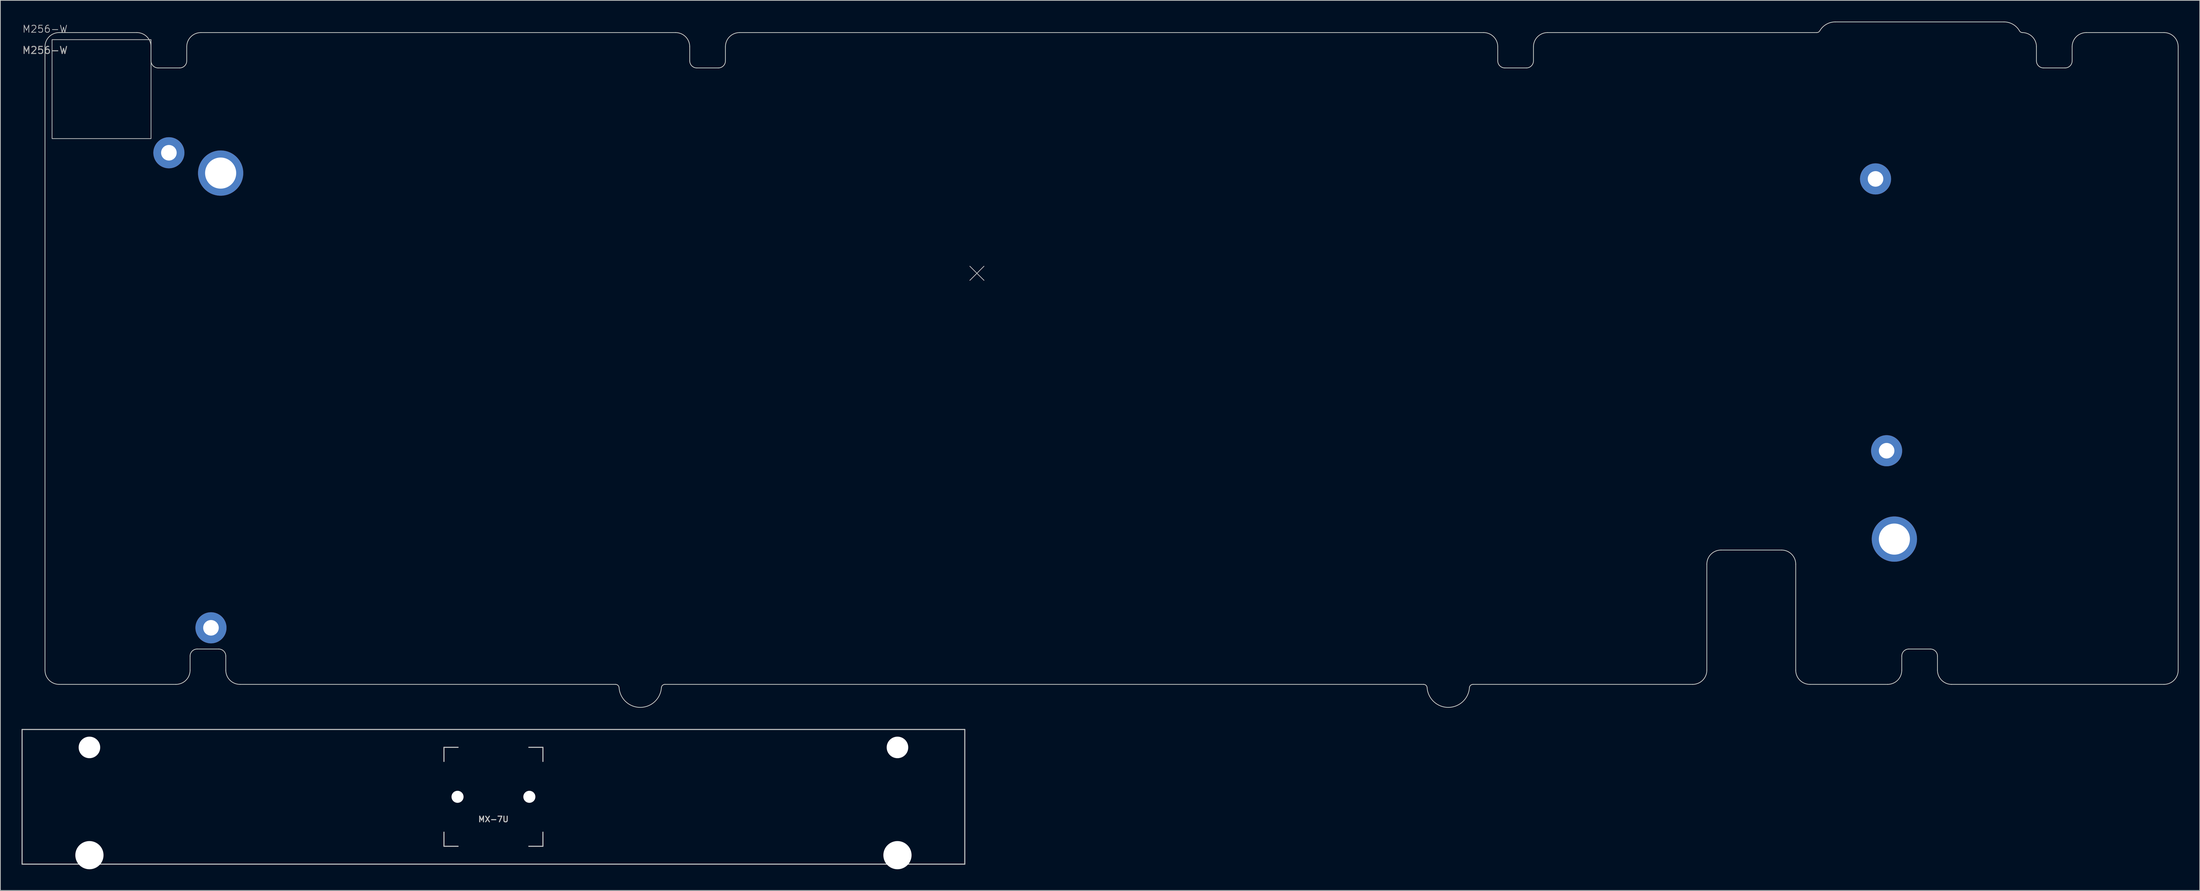
<source format=kicad_pcb>
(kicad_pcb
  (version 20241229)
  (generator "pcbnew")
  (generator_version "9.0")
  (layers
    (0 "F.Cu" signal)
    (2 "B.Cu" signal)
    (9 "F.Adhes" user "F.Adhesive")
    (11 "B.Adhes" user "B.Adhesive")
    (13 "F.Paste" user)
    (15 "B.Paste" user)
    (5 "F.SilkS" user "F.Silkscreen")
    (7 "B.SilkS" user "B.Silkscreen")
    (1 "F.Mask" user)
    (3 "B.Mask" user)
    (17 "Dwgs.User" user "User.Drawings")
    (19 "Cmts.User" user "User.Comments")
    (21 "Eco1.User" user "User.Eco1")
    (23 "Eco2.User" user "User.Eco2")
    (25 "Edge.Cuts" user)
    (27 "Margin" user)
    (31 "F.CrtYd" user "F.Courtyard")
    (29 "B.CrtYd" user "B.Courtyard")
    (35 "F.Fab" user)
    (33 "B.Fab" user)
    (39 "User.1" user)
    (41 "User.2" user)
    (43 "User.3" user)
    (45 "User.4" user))
  (footprint "M256-W"
    (layer "F.Cu")
    (at 3.315 1.559)
    (property "Reference" "M256-W" (at 0 -0.5 0) (unlocked yes) (layer "Dwgs.User") (effects (font (size 1 1) (thickness 0.1))))
    (attr smd)
    (fp_line (start 130.825 33.05) (end 132.825 35.05) (stroke (width 0.1) (type default)) (layer "Dwgs.User"))
    (fp_line (start 130.825 35.05) (end 132.825 33.05) (stroke (width 0.1) (type default)) (layer "Dwgs.User"))
    (fp_rect (start 1 1) (end 15 15) (stroke (width 0.1) (type default)) (fill no) (layer "Dwgs.User"))
    (fp_line (start 0 90.2) (end 0 2) (stroke (width 0.1) (type solid)) (layer "Edge.Cuts"))
    (fp_line (start 2 0) (end 13 0) (stroke (width 0.1) (type solid)) (layer "Edge.Cuts"))
    (fp_line (start 2 92.2) (end 18.525 92.2) (stroke (width 0.1) (type default)) (layer "Edge.Cuts"))
    (fp_line (start 15 2) (end 15 4) (stroke (width 0.1) (type solid)) (layer "Edge.Cuts"))
    (fp_line (start 19.05 5) (end 16 5) (stroke (width 0.1) (type default)) (layer "Edge.Cuts"))
    (fp_line (start 20.05 2) (end 20.05 4) (stroke (width 0.1) (type solid)) (layer "Edge.Cuts"))
    (fp_line (start 20.525 90.2) (end 20.525 88.2) (stroke (width 0.1) (type solid)) (layer "Edge.Cuts"))
    (fp_line (start 22.05 0) (end 89.2 0) (stroke (width 0.1) (type default)) (layer "Edge.Cuts"))
    (fp_line (start 24.575 87.2) (end 21.525 87.2) (stroke (width 0.1) (type default)) (layer "Edge.Cuts"))
    (fp_line (start 25.575 90.2) (end 25.575 88.2) (stroke (width 0.1) (type solid)) (layer "Edge.Cuts"))
    (fp_line (start 80.709 92.2) (end 27.575 92.2) (stroke (width 0.1) (type solid)) (layer "Edge.Cuts"))
    (fp_line (start 91.2 2) (end 91.2 4) (stroke (width 0.1) (type solid)) (layer "Edge.Cuts"))
    (fp_line (start 95.25 5) (end 92.2 5) (stroke (width 0.1) (type default)) (layer "Edge.Cuts"))
    (fp_line (start 96.25 2) (end 96.25 4) (stroke (width 0.1) (type solid)) (layer "Edge.Cuts"))
    (fp_line (start 98.25 0) (end 203.5 0) (stroke (width 0.1) (type default)) (layer "Edge.Cuts"))
    (fp_line (start 195.009 92.2) (end 87.691 92.2) (stroke (width 0.1) (type solid)) (layer "Edge.Cuts"))
    (fp_line (start 205.5 2) (end 205.5 4) (stroke (width 0.1) (type solid)) (layer "Edge.Cuts"))
    (fp_line (start 209.55 5) (end 206.5 5) (stroke (width 0.1) (type default)) (layer "Edge.Cuts"))
    (fp_line (start 210.55 2) (end 210.55 4) (stroke (width 0.1) (type solid)) (layer "Edge.Cuts"))
    (fp_line (start 233.075 92.2) (end 201.992 92.2) (stroke (width 0.1) (type solid)) (layer "Edge.Cuts"))
    (fp_line (start 235.075 90.2) (end 235.075 75.2) (stroke (width 0.1) (type solid)) (layer "Edge.Cuts"))
    (fp_line (start 237.075 73.2) (end 245.65 73.2) (stroke (width 0.1) (type solid)) (layer "Edge.Cuts"))
    (fp_line (start 247.65 75.2) (end 247.65 90.2) (stroke (width 0.1) (type solid)) (layer "Edge.Cuts"))
    (fp_line (start 250.62 0) (end 212.55 0) (stroke (width 0.1) (type solid)) (layer "Edge.Cuts"))
    (fp_line (start 260.65 92.2) (end 249.65 92.2) (stroke (width 0.1) (type default)) (layer "Edge.Cuts"))
    (fp_line (start 262.65 90.2) (end 262.65 88.2) (stroke (width 0.1) (type solid)) (layer "Edge.Cuts"))
    (fp_line (start 266.7 87.2) (end 263.65 87.2) (stroke (width 0.1) (type default)) (layer "Edge.Cuts"))
    (fp_line (start 267.7 90.2) (end 267.7 88.2) (stroke (width 0.1) (type solid)) (layer "Edge.Cuts"))
    (fp_line (start 277.113 -1.509) (end 253.237 -1.509) (stroke (width 0.1) (type default)) (layer "Edge.Cuts"))
    (fp_line (start 281.7 2) (end 281.7 4) (stroke (width 0.1) (type solid)) (layer "Edge.Cuts"))
    (fp_line (start 285.75 5) (end 282.7 5) (stroke (width 0.1) (type default)) (layer "Edge.Cuts"))
    (fp_line (start 286.75 2) (end 286.75 4) (stroke (width 0.1) (type solid)) (layer "Edge.Cuts"))
    (fp_line (start 288.75 0) (end 299.75 0) (stroke (width 0.1) (type default)) (layer "Edge.Cuts"))
    (fp_line (start 299.75 92.2) (end 269.7 92.2) (stroke (width 0.1) (type default)) (layer "Edge.Cuts"))
    (fp_line (start 301.75 90.2) (end 301.75 2) (stroke (width 0.1) (type solid)) (layer "Edge.Cuts"))
    (fp_arc (start 0 2) (mid 0.585786 0.585786) (end 2 0) (stroke (width 0.1) (type solid)) (layer "Edge.Cuts"))
    (fp_arc (start 2 92.2) (mid 0.585786 91.614214) (end 0 90.2) (stroke (width 0.1) (type solid)) (layer "Edge.Cuts"))
    (fp_arc (start 13 0) (mid 14.414214 0.585786) (end 15 2) (stroke (width 0.1) (type default)) (layer "Edge.Cuts"))
    (fp_arc (start 16 5) (mid 15.292893 4.707107) (end 15 4) (stroke (width 0.1) (type default)) (layer "Edge.Cuts"))
    (fp_arc (start 20.05 2) (mid 20.635786 0.585786) (end 22.05 0) (stroke (width 0.1) (type default)) (layer "Edge.Cuts"))
    (fp_arc (start 20.05 4) (mid 19.757107 4.707107) (end 19.05 5) (stroke (width 0.1) (type default)) (layer "Edge.Cuts"))
    (fp_arc (start 20.525 88.2) (mid 20.817893 87.492893) (end 21.525 87.2) (stroke (width 0.1) (type solid)) (layer "Edge.Cuts"))
    (fp_arc (start 20.525 90.2) (mid 19.939214 91.614214) (end 18.525 92.2) (stroke (width 0.1) (type solid)) (layer "Edge.Cuts"))
    (fp_arc (start 24.575 87.2) (mid 25.282107 87.492893) (end 25.575 88.2) (stroke (width 0.1) (type default)) (layer "Edge.Cuts"))
    (fp_arc (start 27.575 92.2) (mid 26.160786 91.614214) (end 25.575 90.2) (stroke (width 0.1) (type default)) (layer "Edge.Cuts"))
    (fp_arc (start 80.708586 92.2) (mid 81.049538 92.334279) (end 81.207359 92.664993) (stroke (width 0.1) (type solid)) (layer "Edge.Cuts"))
    (fp_arc (start 87.192628 92.664992) (mid 84.199901 95.454986) (end 81.207359 92.664795) (stroke (width 0.1) (type solid)) (layer "Edge.Cuts"))
    (fp_arc (start 87.192642 92.664993) (mid 87.350463 92.334279) (end 87.691415 92.2) (stroke (width 0.1) (type solid)) (layer "Edge.Cuts"))
    (fp_arc (start 89.2 0) (mid 90.614214 0.585786) (end 91.2 2) (stroke (width 0.1) (type solid)) (layer "Edge.Cuts"))
    (fp_arc (start 92.2 5) (mid 91.492893 4.707107) (end 91.2 4) (stroke (width 0.1) (type solid)) (layer "Edge.Cuts"))
    (fp_arc (start 96.25 2) (mid 96.835786 0.585786) (end 98.25 0) (stroke (width 0.1) (type default)) (layer "Edge.Cuts"))
    (fp_arc (start 96.25 4) (mid 95.957107 4.707107) (end 95.25 5) (stroke (width 0.1) (type default)) (layer "Edge.Cuts"))
    (fp_arc (start 195.008685 92.2) (mid 195.349637 92.334293) (end 195.507458 92.665007) (stroke (width 0.1) (type solid)) (layer "Edge.Cuts"))
    (fp_arc (start 201.492727 92.665006) (mid 198.5 95.455) (end 195.507458 92.664809) (stroke (width 0.1) (type solid)) (layer "Edge.Cuts"))
    (fp_arc (start 201.492741 92.665007) (mid 201.650562 92.334293) (end 201.991514 92.2) (stroke (width 0.1) (type solid)) (layer "Edge.Cuts"))
    (fp_arc (start 203.5 0) (mid 204.914214 0.585786) (end 205.5 2) (stroke (width 0.1) (type solid)) (layer "Edge.Cuts"))
    (fp_arc (start 206.5 5) (mid 205.792893 4.707107) (end 205.5 4) (stroke (width 0.1) (type solid)) (layer "Edge.Cuts"))
    (fp_arc (start 210.55 2) (mid 211.135786 0.585786) (end 212.55 0) (stroke (width 0.1) (type default)) (layer "Edge.Cuts"))
    (fp_arc (start 210.55 4) (mid 210.257107 4.707107) (end 209.55 5) (stroke (width 0.1) (type default)) (layer "Edge.Cuts"))
    (fp_arc (start 235.075 75.2) (mid 235.660786 73.785786) (end 237.075 73.2) (stroke (width 0.1) (type solid)) (layer "Edge.Cuts"))
    (fp_arc (start 235.075 90.2) (mid 234.489214 91.614214) (end 233.075 92.2) (stroke (width 0.1) (type solid)) (layer "Edge.Cuts"))
    (fp_arc (start 245.65 73.2) (mid 247.064214 73.785786) (end 247.65 75.2) (stroke (width 0.1) (type solid)) (layer "Edge.Cuts"))
    (fp_arc (start 249.65 92.2) (mid 248.235786 91.614214) (end 247.65 90.2) (stroke (width 0.1) (type solid)) (layer "Edge.Cuts"))
    (fp_arc (start 251.0526 -0.249505) (mid 250.869626 -0.066845) (end 250.619874 0) (stroke (width 0.1) (type solid)) (layer "Edge.Cuts"))
    (fp_arc (start 251.0526 -0.249505) (mid 251.976253 -1.171571) (end 253.237 -1.509) (stroke (width 0.1) (type solid)) (layer "Edge.Cuts"))
    (fp_arc (start 262.65 88.2) (mid 262.942893 87.492893) (end 263.65 87.2) (stroke (width 0.1) (type solid)) (layer "Edge.Cuts"))
    (fp_arc (start 262.65 90.2) (mid 262.064214 91.614214) (end 260.65 92.2) (stroke (width 0.1) (type solid)) (layer "Edge.Cuts"))
    (fp_arc (start 266.7 87.2) (mid 267.407107 87.492893) (end 267.7 88.2) (stroke (width 0.1) (type default)) (layer "Edge.Cuts"))
    (fp_arc (start 269.7 92.2) (mid 268.285786 91.614214) (end 267.7 90.2) (stroke (width 0.1) (type default)) (layer "Edge.Cuts"))
    (fp_arc (start 277.113 -1.509) (mid 278.373747 -1.171571) (end 279.297401 -0.249504) (stroke (width 0.1) (type solid)) (layer "Edge.Cuts"))
    (fp_arc (start 279.7 0) (mid 281.114214 0.585786) (end 281.7 2) (stroke (width 0.1) (type default)) (layer "Edge.Cuts"))
    (fp_arc (start 279.700056 0) (mid 279.468837 -0.072631) (end 279.298781 -0.245311) (stroke (width 0.1) (type solid)) (layer "Edge.Cuts"))
    (fp_arc (start 282.7 5) (mid 281.992893 4.707107) (end 281.7 4) (stroke (width 0.1) (type solid)) (layer "Edge.Cuts"))
    (fp_arc (start 286.75 2) (mid 287.335786 0.585786) (end 288.75 0) (stroke (width 0.1) (type default)) (layer "Edge.Cuts"))
    (fp_arc (start 286.75 4) (mid 286.457107 4.707107) (end 285.75 5) (stroke (width 0.1) (type default)) (layer "Edge.Cuts"))
    (fp_arc (start 299.75 0) (mid 301.164214 0.585786) (end 301.75 2) (stroke (width 0.1) (type solid)) (layer "Edge.Cuts"))
    (fp_arc (start 301.75 90.2) (mid 301.164214 91.614214) (end 299.75 92.2) (stroke (width 0.1) (type solid)) (layer "Edge.Cuts"))
    (fp_text user "${REFERENCE}" (at 0 2.5 0) (unlocked yes) (layer "F.Fab") (effects (font (size 1 1) (thickness 0.15))))
    (pad "" thru_hole circle (at 17.525 17) (size 4.4 4.4) (drill 2.2) (layers "*.Cu" "*.Mask"))
    (pad "" thru_hole circle (at 23.478 84.2) (size 4.4 4.4) (drill 2.2) (layers "*.Cu" "*.Mask"))
    (pad "" thru_hole circle (at 24.846 19.875) (size 6.4 6.4) (drill 4.4) (layers "*.Cu" "*.Mask"))
    (pad "" thru_hole circle (at 258.938 20.7) (size 4.4 4.4) (drill 2.2) (layers "*.Cu" "*.Mask"))
    (pad "" thru_hole circle (at 260.506 59.15) (size 4.4 4.4) (drill 2.2) (layers "*.Cu" "*.Mask"))
    (pad "" thru_hole circle (at 261.603 71.65) (size 6.4 6.4) (drill 4.4) (layers "*.Cu" "*.Mask")))
  (footprint "MX-7U"
    (layer "F.Cu")
    (at 66.75 109.664)
    (property "Reference" "MX-7U" (at 0 3.175 0) (layer "Dwgs.User") (effects (font (size 0.8 0.8) (thickness 0.15))))
    (attr through_hole)
    (fp_line (start -66.675 9.525) (end -66.675 -9.525) (stroke (width 0.15) (type solid)) (layer "Dwgs.User"))
    (fp_line (start -7 -7) (end -7 -5) (stroke (width 0.15) (type solid)) (layer "Dwgs.User"))
    (fp_line (start -7 5) (end -7 7) (stroke (width 0.15) (type solid)) (layer "Dwgs.User"))
    (fp_line (start -7 7) (end -5 7) (stroke (width 0.15) (type solid)) (layer "Dwgs.User"))
    (fp_line (start -5 -7) (end -7 -7) (stroke (width 0.15) (type solid)) (layer "Dwgs.User"))
    (fp_line (start 5 -7) (end 7 -7) (stroke (width 0.15) (type solid)) (layer "Dwgs.User"))
    (fp_line (start 5 7) (end 7 7) (stroke (width 0.15) (type solid)) (layer "Dwgs.User"))
    (fp_line (start 7 -7) (end 7 -5) (stroke (width 0.15) (type solid)) (layer "Dwgs.User"))
    (fp_line (start 7 7) (end 7 5) (stroke (width 0.15) (type solid)) (layer "Dwgs.User"))
    (fp_line (start 66.675 -9.525) (end -66.675 -9.525) (stroke (width 0.15) (type solid)) (layer "Dwgs.User"))
    (fp_line (start 66.675 9.525) (end -66.675 9.525) (stroke (width 0.15) (type solid)) (layer "Dwgs.User"))
    (fp_line (start 66.675 9.525) (end 66.675 -9.525) (stroke (width 0.15) (type solid)) (layer "Dwgs.User"))
    (pad "" np_thru_hole circle (at -57.15 -6.985) (size 3.048 3.048) (drill 3.048) (layers "*.Cu" "*.Mask"))
    (pad "" np_thru_hole circle (at -57.15 8.255) (size 3.988 3.988) (drill 3.988) (layers "*.Cu" "*.Mask"))
    (pad "" np_thru_hole circle (at -5.08 0 48.099) (size 1.702 1.702) (drill 1.702) (layers "*.Cu" "*.Mask"))
    (pad "" np_thru_hole circle (at 5.08 0 48.099) (size 1.702 1.702) (drill 1.702) (layers "*.Cu" "*.Mask"))
    (pad "" np_thru_hole circle (at 57.15 -6.985) (size 3.048 3.048) (drill 3.048) (layers "*.Cu" "*.Mask"))
    (pad "" np_thru_hole circle (at 57.15 8.255) (size 3.988 3.988) (drill 3.988) (layers "*.Cu" "*.Mask")))
  (gr_rect
    (start -3 -3)
    (end 308.115 122.913)
    (stroke (width 0.1) (type default))
    (fill no)
    (layer "Edge.Cuts")))
</source>
